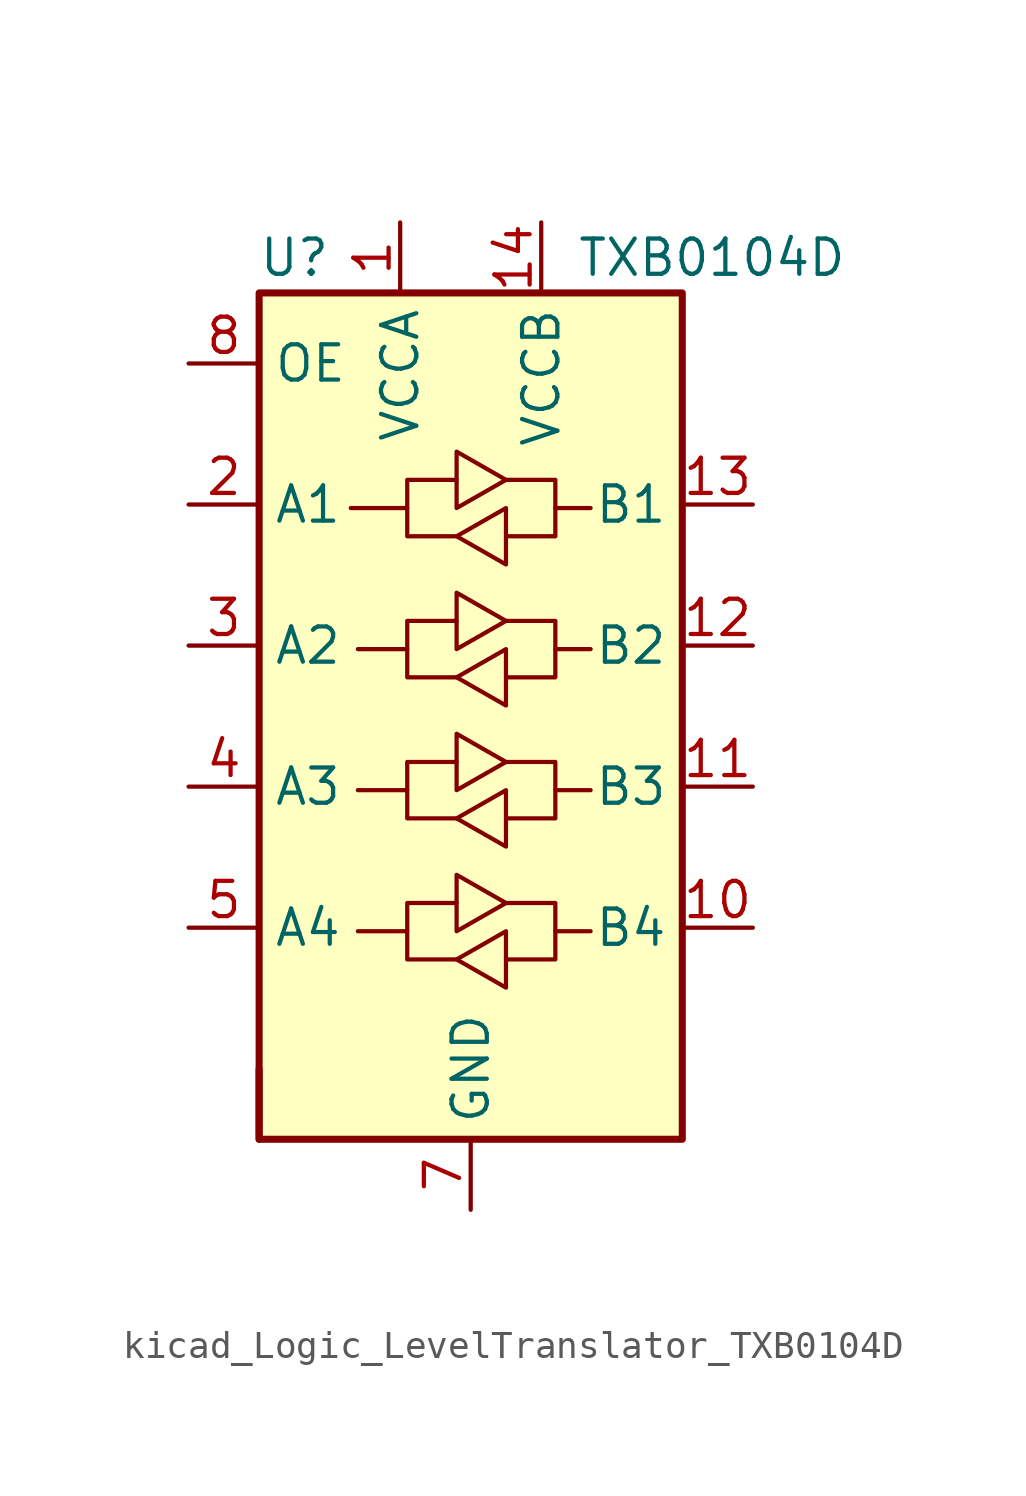
<source format=kicad_sym>
(kicad_symbol_lib
  (version 20220914)
  (generator kicad_symbol_editor)
  (symbol "kicad_Logic_LevelTranslator_TXB0104D"
    (property "Reference" "U"
      (at -6.35 16.51 0)
      (effects (font (size 1.27 1.27))))
    (property "Value" "TXB0104D"
      (at 3.81 16.51 0)
      (effects (font (size 1.27 1.27)) (justify left)))
    (symbol "kicad_Logic_LevelTranslator_TXB0104D_0_1"
      (rectangle (start -7.62 -15.24) (end -7.62 -12.7) (stroke (width 0.254) (type default)) (fill (type none)))
      (rectangle (start -7.62 15.24) (end 7.62 -15.24) (stroke (width 0.254) (type default)) (fill (type background)))
      (polyline (pts (xy -2.286 -7.747) (xy -2.286 -6.731) (xy -0.508 -6.731)) (stroke (width 0) (type default)) (fill (type none)))
      (polyline (pts (xy -2.286 -2.667) (xy -2.286 -1.651) (xy -0.508 -1.651)) (stroke (width 0) (type default)) (fill (type none)))
      (polyline (pts (xy -2.286 2.413) (xy -2.286 3.429) (xy -0.508 3.429)) (stroke (width 0) (type default)) (fill (type none)))
      (polyline (pts (xy -2.286 7.493) (xy -2.286 8.509) (xy -0.508 8.509)) (stroke (width 0) (type default)) (fill (type none)))
      (polyline (pts (xy 3.048 -7.747) (xy 3.048 -8.763) (xy 1.27 -8.763)) (stroke (width 0) (type default)) (fill (type none)))
      (polyline (pts (xy 3.048 -2.667) (xy 3.048 -3.683) (xy 1.27 -3.683)) (stroke (width 0) (type default)) (fill (type none)))
      (polyline (pts (xy 3.048 2.413) (xy 3.048 1.397) (xy 1.27 1.397)) (stroke (width 0) (type default)) (fill (type none)))
      (polyline (pts (xy 3.048 7.493) (xy 3.048 6.477) (xy 1.27 6.477)) (stroke (width 0) (type default)) (fill (type none)))
      (polyline (pts (xy -0.508 -8.763) (xy -2.286 -8.763) (xy -2.286 -7.747) (xy -4.064 -7.747)) (stroke (width 0) (type default)) (fill (type none)))
      (polyline (pts (xy -0.508 -8.763) (xy 1.27 -7.747) (xy 1.27 -9.779) (xy -0.508 -8.763)) (stroke (width 0) (type default)) (fill (type none)))
      (polyline (pts (xy -0.508 -3.683) (xy -2.286 -3.683) (xy -2.286 -2.667) (xy -4.064 -2.667)) (stroke (width 0) (type default)) (fill (type none)))
      (polyline (pts (xy -0.508 -3.683) (xy 1.27 -2.667) (xy 1.27 -4.699) (xy -0.508 -3.683)) (stroke (width 0) (type default)) (fill (type none)))
      (polyline (pts (xy -0.508 1.397) (xy -2.286 1.397) (xy -2.286 2.413) (xy -4.064 2.413)) (stroke (width 0) (type default)) (fill (type none)))
      (polyline (pts (xy -0.508 1.397) (xy 1.27 2.413) (xy 1.27 0.381) (xy -0.508 1.397)) (stroke (width 0) (type default)) (fill (type none)))
      (polyline (pts (xy -0.508 6.477) (xy -2.286 6.477) (xy -2.286 7.493) (xy -4.318 7.493)) (stroke (width 0) (type default)) (fill (type none)))
      (polyline (pts (xy -0.508 6.477) (xy 1.27 7.493) (xy 1.27 5.461) (xy -0.508 6.477)) (stroke (width 0) (type default)) (fill (type none)))
      (polyline (pts (xy 1.27 -6.731) (xy -0.508 -7.747) (xy -0.508 -5.715) (xy 1.27 -6.731)) (stroke (width 0) (type default)) (fill (type none)))
      (polyline (pts (xy 1.27 -6.731) (xy 3.048 -6.731) (xy 3.048 -7.747) (xy 4.318 -7.747)) (stroke (width 0) (type default)) (fill (type none)))
      (polyline (pts (xy 1.27 -1.651) (xy -0.508 -2.667) (xy -0.508 -0.635) (xy 1.27 -1.651)) (stroke (width 0) (type default)) (fill (type none)))
      (polyline (pts (xy 1.27 -1.651) (xy 3.048 -1.651) (xy 3.048 -2.667) (xy 4.318 -2.667)) (stroke (width 0) (type default)) (fill (type none)))
      (polyline (pts (xy 1.27 3.429) (xy -0.508 2.413) (xy -0.508 4.445) (xy 1.27 3.429)) (stroke (width 0) (type default)) (fill (type none)))
      (polyline (pts (xy 1.27 3.429) (xy 3.048 3.429) (xy 3.048 2.413) (xy 4.318 2.413)) (stroke (width 0) (type default)) (fill (type none)))
      (polyline (pts (xy 1.27 8.509) (xy -0.508 7.493) (xy -0.508 9.525) (xy 1.27 8.509)) (stroke (width 0) (type default)) (fill (type none)))
      (polyline (pts (xy 1.27 8.509) (xy 3.048 8.509) (xy 3.048 7.493) (xy 4.318 7.493)) (stroke (width 0) (type default)) (fill (type none))))
    (symbol "kicad_Logic_LevelTranslator_TXB0104D_1_1"
      (pin power_in line (at -2.54 17.78 270) (length 2.54) (name "VCCA" (effects (font (size 1.27 1.27)))) (number "1" (effects (font (size 1.27 1.27)))))
      (pin bidirectional line (at 10.16 -7.62 180) (length 2.54) (name "B4" (effects (font (size 1.27 1.27)))) (number "10" (effects (font (size 1.27 1.27)))))
      (pin bidirectional line (at 10.16 -2.54 180) (length 2.54) (name "B3" (effects (font (size 1.27 1.27)))) (number "11" (effects (font (size 1.27 1.27)))))
      (pin bidirectional line (at 10.16 2.54 180) (length 2.54) (name "B2" (effects (font (size 1.27 1.27)))) (number "12" (effects (font (size 1.27 1.27)))))
      (pin bidirectional line (at 10.16 7.62 180) (length 2.54) (name "B1" (effects (font (size 1.27 1.27)))) (number "13" (effects (font (size 1.27 1.27)))))
      (pin power_in line (at 2.54 17.78 270) (length 2.54) (name "VCCB" (effects (font (size 1.27 1.27)))) (number "14" (effects (font (size 1.27 1.27)))))
      (pin bidirectional line (at -10.16 7.62 0) (length 2.54) (name "A1" (effects (font (size 1.27 1.27)))) (number "2" (effects (font (size 1.27 1.27)))))
      (pin bidirectional line (at -10.16 2.54 0) (length 2.54) (name "A2" (effects (font (size 1.27 1.27)))) (number "3" (effects (font (size 1.27 1.27)))))
      (pin bidirectional line (at -10.16 -2.54 0) (length 2.54) (name "A3" (effects (font (size 1.27 1.27)))) (number "4" (effects (font (size 1.27 1.27)))))
      (pin bidirectional line (at -10.16 -7.62 0) (length 2.54) (name "A4" (effects (font (size 1.27 1.27)))) (number "5" (effects (font (size 1.27 1.27)))))
      (pin no_connect line (at -7.62 -12.7 0) (length 2.54) hide (name "NC" (effects (font (size 1.27 1.27)))) (number "6" (effects (font (size 1.27 1.27)))))
      (pin power_in line (at 0 -17.78 90) (length 2.54) (name "GND" (effects (font (size 1.27 1.27)))) (number "7" (effects (font (size 1.27 1.27)))))
      (pin input line (at -10.16 12.7 0) (length 2.54) (name "OE" (effects (font (size 1.27 1.27)))) (number "8" (effects (font (size 1.27 1.27)))))
      (pin no_connect line (at 7.62 -12.7 180) (length 2.54) hide (name "NC" (effects (font (size 1.27 1.27)))) (number "9" (effects (font (size 1.27 1.27))))))))
</source>
